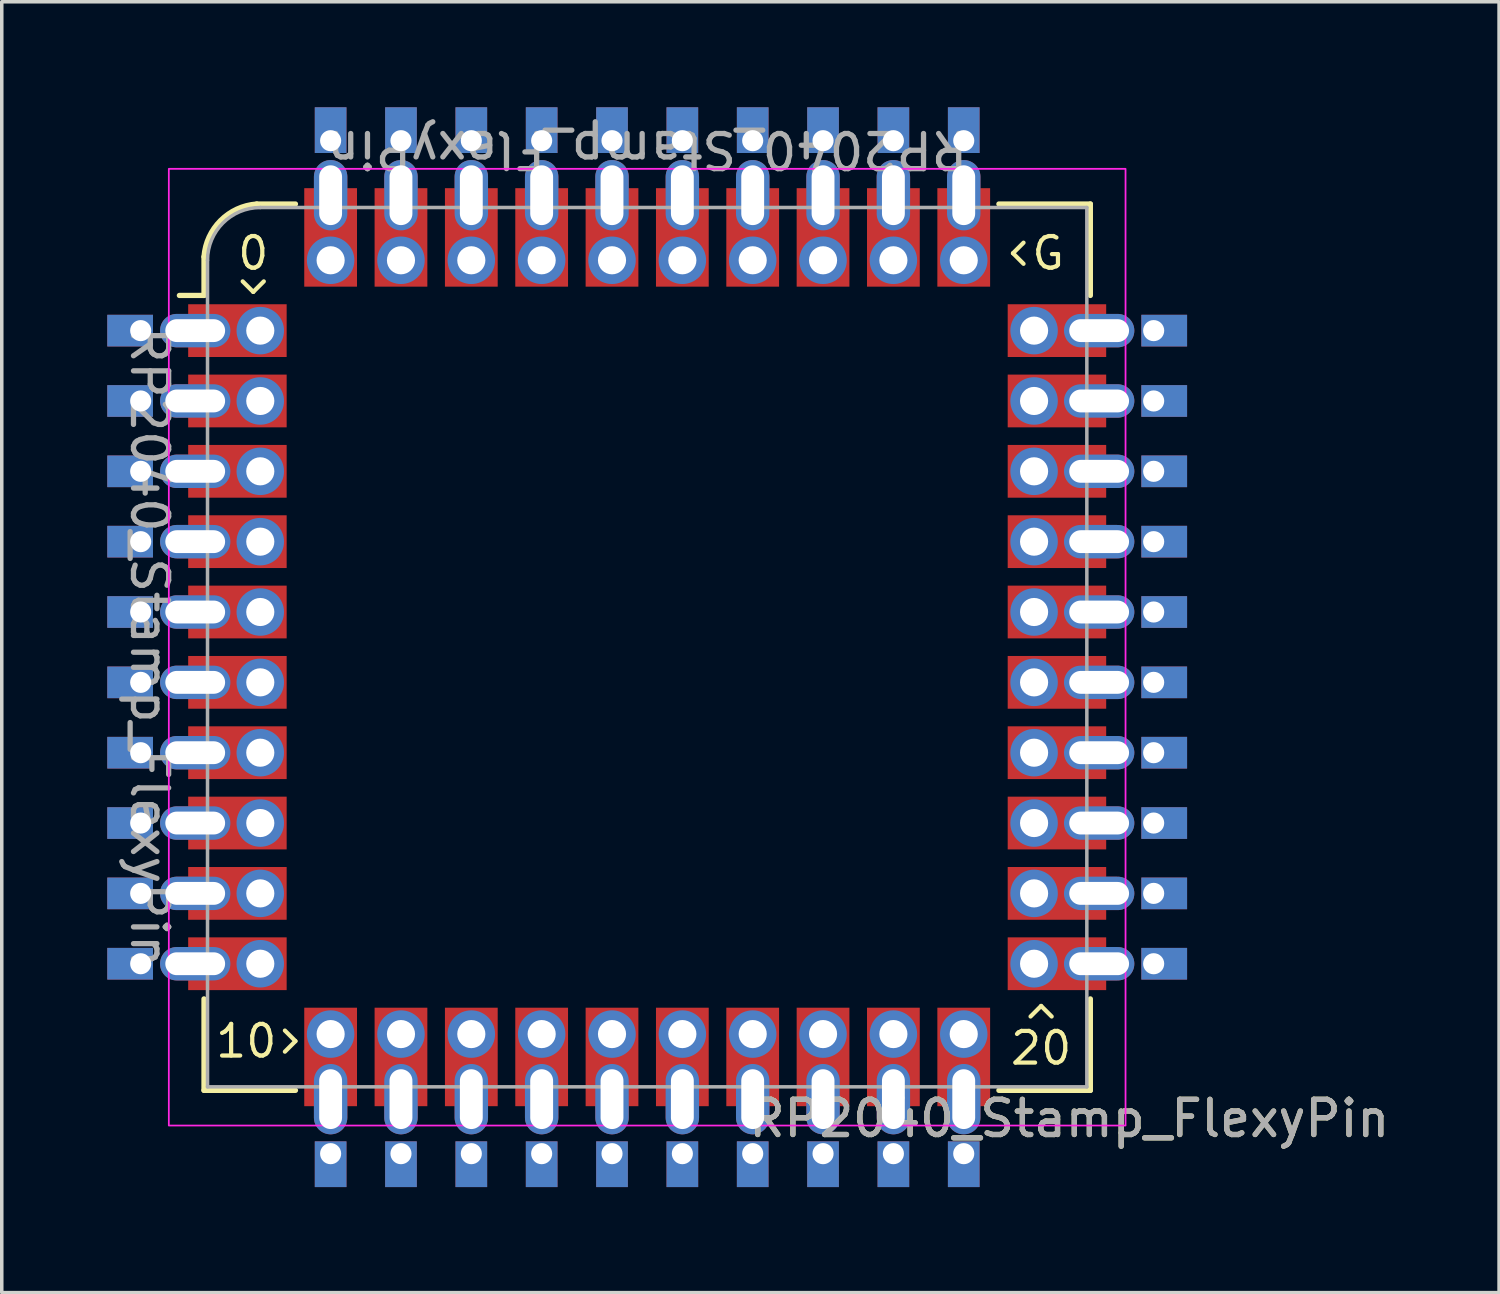
<source format=kicad_pcb>
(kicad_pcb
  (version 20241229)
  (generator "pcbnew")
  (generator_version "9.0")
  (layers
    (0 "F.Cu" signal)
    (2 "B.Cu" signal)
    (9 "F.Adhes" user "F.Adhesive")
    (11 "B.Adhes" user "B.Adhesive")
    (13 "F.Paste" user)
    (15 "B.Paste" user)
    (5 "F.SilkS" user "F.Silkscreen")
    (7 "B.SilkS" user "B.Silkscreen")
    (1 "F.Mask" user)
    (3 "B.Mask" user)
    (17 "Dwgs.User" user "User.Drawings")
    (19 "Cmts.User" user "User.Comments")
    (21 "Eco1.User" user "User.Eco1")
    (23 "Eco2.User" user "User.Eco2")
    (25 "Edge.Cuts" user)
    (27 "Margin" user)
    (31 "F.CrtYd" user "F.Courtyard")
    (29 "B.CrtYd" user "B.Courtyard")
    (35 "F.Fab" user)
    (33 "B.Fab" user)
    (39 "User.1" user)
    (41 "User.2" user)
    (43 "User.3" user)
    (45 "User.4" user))
  (footprint "RP2040_Stamp_FlexyPin"
    (layer "F.Cu")
    (at 15.35 15.35)
    (property "Reference" "RP2040_Stamp_FlexyPin" (at 12 13.4 0) (unlocked yes) (layer "F.SilkS") (effects (font (size 1 1) (thickness 0.15))))
    (property "Value" "RP2040_Stamp_FlexyPin" (at 0 14.15 0) (unlocked yes) (layer "F.Fab") (hide yes) (effects (font (size 1 1) (thickness 0.15))))
    (attr through_hole)
    (fp_line (start -12.6 -10) (end -13.3 -10) (stroke (width 0.15) (type solid)) (layer "F.SilkS"))
    (fp_line (start -12.6 -10) (end -12.6 -11.1) (stroke (width 0.15) (type solid)) (layer "F.SilkS"))
    (fp_line (start -12.6 12.6) (end -12.6 10) (stroke (width 0.15) (type solid)) (layer "F.SilkS"))
    (fp_line (start -11.5 -10.4) (end -11.2 -10.1) (stroke (width 0.12) (type solid)) (layer "F.SilkS"))
    (fp_line (start -11.2 -10.1) (end -10.9 -10.4) (stroke (width 0.12) (type solid)) (layer "F.SilkS"))
    (fp_line (start -11.1 -12.6) (end -10 -12.6) (stroke (width 0.15) (type solid)) (layer "F.SilkS"))
    (fp_line (start -10.3 11.5) (end -10 11.2) (stroke (width 0.12) (type solid)) (layer "F.SilkS"))
    (fp_line (start -10 11.2) (end -10.3 10.9) (stroke (width 0.12) (type solid)) (layer "F.SilkS"))
    (fp_line (start -10 12.6) (end -12.6 12.6) (stroke (width 0.15) (type solid)) (layer "F.SilkS"))
    (fp_line (start 10 -12.6) (end 12.6 -12.6) (stroke (width 0.15) (type solid)) (layer "F.SilkS"))
    (fp_line (start 10.4 -11.2) (end 10.7 -10.9) (stroke (width 0.12) (type solid)) (layer "F.SilkS"))
    (fp_line (start 10.7 -11.5) (end 10.4 -11.2) (stroke (width 0.12) (type solid)) (layer "F.SilkS"))
    (fp_line (start 11.2 10.2) (end 10.9 10.5) (stroke (width 0.12) (type solid)) (layer "F.SilkS"))
    (fp_line (start 11.5 10.5) (end 11.2 10.2) (stroke (width 0.12) (type solid)) (layer "F.SilkS"))
    (fp_line (start 12.6 -12.6) (end 12.6 -10) (stroke (width 0.15) (type solid)) (layer "F.SilkS"))
    (fp_line (start 12.6 10) (end 12.6 12.6) (stroke (width 0.15) (type solid)) (layer "F.SilkS"))
    (fp_line (start 12.6 12.6) (end 10 12.6) (stroke (width 0.15) (type solid)) (layer "F.SilkS"))
    (fp_arc (start -12.6 -11.1) (mid -12.129432 -12.129432) (end -11.1 -12.6) (stroke (width 0.15) (type solid)) (layer "F.SilkS"))
    (fp_rect (start -13.6 -13.6) (end 13.6 13.6) (stroke (width 0.05) (type solid)) (fill no) (layer "F.CrtYd"))
    (fp_line (start -12.5 12.5) (end -12.5 -11) (stroke (width 0.1) (type solid)) (layer "F.Fab"))
    (fp_line (start -11 -12.5) (end 12.5 -12.5) (stroke (width 0.1) (type solid)) (layer "F.Fab"))
    (fp_line (start 12.5 -12.5) (end 12.5 12.5) (stroke (width 0.1) (type solid)) (layer "F.Fab"))
    (fp_line (start 12.5 12.5) (end -12.5 12.5) (stroke (width 0.1) (type solid)) (layer "F.Fab"))
    (fp_arc (start -12.500003 -11.000003) (mid -12.060661 -12.060662) (end -11 -12.5) (stroke (width 0.1) (type solid)) (layer "F.Fab"))
    (fp_text user "0" (at -11.2 -11.2 0) (unlocked yes) (layer "F.SilkS") (effects (font (size 0.9 0.9) (thickness 0.12))))
    (fp_text user "10" (at -11.4 11.2 0) (unlocked yes) (layer "F.SilkS") (effects (font (size 0.9 0.9) (thickness 0.12))))
    (fp_text user "20" (at 11.2 11.4 0) (unlocked yes) (layer "F.SilkS") (effects (font (size 0.9 0.9) (thickness 0.12))))
    (fp_text user "G" (at 11.4 -11.2 0) (unlocked yes) (layer "F.SilkS") (effects (font (size 0.9 0.9) (thickness 0.12))))
    (fp_text user "${VALUE}" (at -14.15 0 270) (unlocked yes) (layer "F.Fab") (effects (font (size 1 1) (thickness 0.15))))
    (fp_text user "${REFERENCE}" (at 12 13.4 0) (unlocked yes) (layer "F.Fab") (effects (font (size 1 1) (thickness 0.15))))
    (fp_text user "${VALUE}" (at 0 -14.15 180) (unlocked yes) (layer "F.Fab") (effects (font (size 1 1) (thickness 0.15))))
    (pad "1" thru_hole rect (at -14.4 -9) (size 1.3 0.9) (drill 0.6 (offset -0.3 0)) (layers "*.Cu" "*.Mask"))
    (pad "1" thru_hole oval (at -12.85 -9 180) (size 2 0.95) (drill oval 1.7 0.65) (layers "*.Cu" "*.Mask"))
    (pad "1" smd rect (at -11.65 -9) (size 2.8 1.5) (layers "F.Cu" "F.Mask" "F.Paste"))
    (pad "1" thru_hole circle (at -11 -9) (size 1.35 1.35) (drill 0.8) (layers "*.Cu" "*.Mask"))
    (pad "2" thru_hole rect (at -14.4 -7) (size 1.3 0.9) (drill 0.6 (offset -0.3 0)) (layers "*.Cu" "*.Mask"))
    (pad "2" thru_hole oval (at -12.85 -7 180) (size 2 0.95) (drill oval 1.7 0.65) (layers "*.Cu" "*.Mask"))
    (pad "2" smd rect (at -11.65 -7) (size 2.8 1.5) (layers "F.Cu" "F.Mask" "F.Paste"))
    (pad "2" thru_hole oval (at -11 -7) (size 1.35 1.35) (drill 0.8) (layers "*.Cu" "*.Mask"))
    (pad "3" thru_hole rect (at -14.4 -5) (size 1.3 0.9) (drill 0.6 (offset -0.3 0)) (layers "*.Cu" "*.Mask"))
    (pad "3" thru_hole oval (at -12.85 -5 180) (size 2 0.95) (drill oval 1.7 0.65) (layers "*.Cu" "*.Mask"))
    (pad "3" smd rect (at -11.65 -5) (size 2.8 1.5) (layers "F.Cu" "F.Mask" "F.Paste"))
    (pad "3" thru_hole oval (at -11 -5) (size 1.35 1.35) (drill 0.8) (layers "*.Cu" "*.Mask"))
    (pad "4" thru_hole rect (at -14.4 -3) (size 1.3 0.9) (drill 0.6 (offset -0.3 0)) (layers "*.Cu" "*.Mask"))
    (pad "4" thru_hole oval (at -12.85 -3 180) (size 2 0.95) (drill oval 1.7 0.65) (layers "*.Cu" "*.Mask"))
    (pad "4" smd rect (at -11.65 -3) (size 2.8 1.5) (layers "F.Cu" "F.Mask" "F.Paste"))
    (pad "4" thru_hole oval (at -11 -3) (size 1.35 1.35) (drill 0.8) (layers "*.Cu" "*.Mask"))
    (pad "5" thru_hole rect (at -14.4 -1) (size 1.3 0.9) (drill 0.6 (offset -0.3 0)) (layers "*.Cu" "*.Mask"))
    (pad "5" thru_hole oval (at -12.85 -1 180) (size 2 0.95) (drill oval 1.7 0.65) (layers "*.Cu" "*.Mask"))
    (pad "5" smd rect (at -11.65 -1) (size 2.8 1.5) (layers "F.Cu" "F.Mask" "F.Paste"))
    (pad "5" thru_hole oval (at -11 -1) (size 1.35 1.35) (drill 0.8) (layers "*.Cu" "*.Mask"))
    (pad "6" thru_hole rect (at -14.4 1) (size 1.3 0.9) (drill 0.6 (offset -0.3 0)) (layers "*.Cu" "*.Mask"))
    (pad "6" thru_hole oval (at -12.85 1 180) (size 2 0.95) (drill oval 1.7 0.65) (layers "*.Cu" "*.Mask"))
    (pad "6" smd rect (at -11.65 1) (size 2.8 1.5) (layers "F.Cu" "F.Mask" "F.Paste"))
    (pad "6" thru_hole oval (at -11 1) (size 1.35 1.35) (drill 0.8) (layers "*.Cu" "*.Mask"))
    (pad "7" thru_hole rect (at -14.4 3) (size 1.3 0.9) (drill 0.6 (offset -0.3 0)) (layers "*.Cu" "*.Mask"))
    (pad "7" thru_hole oval (at -12.85 3 180) (size 2 0.95) (drill oval 1.7 0.65) (layers "*.Cu" "*.Mask"))
    (pad "7" smd rect (at -11.65 3) (size 2.8 1.5) (layers "F.Cu" "F.Mask" "F.Paste"))
    (pad "7" thru_hole oval (at -11 3) (size 1.35 1.35) (drill 0.8) (layers "*.Cu" "*.Mask"))
    (pad "8" thru_hole rect (at -14.4 5) (size 1.3 0.9) (drill 0.6 (offset -0.3 0)) (layers "*.Cu" "*.Mask"))
    (pad "8" thru_hole oval (at -12.85 5 180) (size 2 0.95) (drill oval 1.7 0.65) (layers "*.Cu" "*.Mask"))
    (pad "8" smd rect (at -11.65 5) (size 2.8 1.5) (layers "F.Cu" "F.Mask" "F.Paste"))
    (pad "8" thru_hole oval (at -11 5) (size 1.35 1.35) (drill 0.8) (layers "*.Cu" "*.Mask"))
    (pad "9" thru_hole rect (at -14.4 7) (size 1.3 0.9) (drill 0.6 (offset -0.3 0)) (layers "*.Cu" "*.Mask"))
    (pad "9" thru_hole oval (at -12.85 7 180) (size 2 0.95) (drill oval 1.7 0.65) (layers "*.Cu" "*.Mask"))
    (pad "9" smd rect (at -11.65 7) (size 2.8 1.5) (layers "F.Cu" "F.Mask" "F.Paste"))
    (pad "9" thru_hole oval (at -11 7) (size 1.35 1.35) (drill 0.8) (layers "*.Cu" "*.Mask"))
    (pad "10" thru_hole rect (at -14.4 9) (size 1.3 0.9) (drill 0.6 (offset -0.3 0)) (layers "*.Cu" "*.Mask"))
    (pad "10" thru_hole oval (at -12.85 9 180) (size 2 0.95) (drill oval 1.7 0.65) (layers "*.Cu" "*.Mask"))
    (pad "10" smd rect (at -11.65 9) (size 2.8 1.5) (layers "F.Cu" "F.Mask" "F.Paste"))
    (pad "10" thru_hole oval (at -11 9) (size 1.35 1.35) (drill 0.8) (layers "*.Cu" "*.Mask"))
    (pad "11" thru_hole oval (at -9 11) (size 1.35 1.35) (drill 0.8) (layers "*.Cu" "*.Mask"))
    (pad "11" smd rect (at -9 11.65 270) (size 2.8 1.5) (layers "F.Cu" "F.Mask" "F.Paste"))
    (pad "11" thru_hole oval (at -9 12.85 270) (size 2 0.95) (drill oval 1.7 0.65) (layers "*.Cu" "*.Mask"))
    (pad "11" thru_hole rect (at -9 14.4 90) (size 1.3 0.9) (drill 0.6 (offset -0.3 0)) (layers "*.Cu" "*.Mask"))
    (pad "12" thru_hole oval (at -7 11) (size 1.35 1.35) (drill 0.8) (layers "*.Cu" "*.Mask"))
    (pad "12" smd rect (at -7 11.65 270) (size 2.8 1.5) (layers "F.Cu" "F.Mask" "F.Paste"))
    (pad "12" thru_hole oval (at -7 12.85 270) (size 2 0.95) (drill oval 1.7 0.65) (layers "*.Cu" "*.Mask"))
    (pad "12" thru_hole rect (at -7 14.4 90) (size 1.3 0.9) (drill 0.6 (offset -0.3 0)) (layers "*.Cu" "*.Mask"))
    (pad "13" thru_hole oval (at -5 11) (size 1.35 1.35) (drill 0.8) (layers "*.Cu" "*.Mask"))
    (pad "13" smd rect (at -5 11.65 270) (size 2.8 1.5) (layers "F.Cu" "F.Mask" "F.Paste"))
    (pad "13" thru_hole oval (at -5 12.85 270) (size 2 0.95) (drill oval 1.7 0.65) (layers "*.Cu" "*.Mask"))
    (pad "13" thru_hole rect (at -5 14.4 90) (size 1.3 0.9) (drill 0.6 (offset -0.3 0)) (layers "*.Cu" "*.Mask"))
    (pad "14" thru_hole oval (at -3 11) (size 1.35 1.35) (drill 0.8) (layers "*.Cu" "*.Mask"))
    (pad "14" smd rect (at -3 11.65 270) (size 2.8 1.5) (layers "F.Cu" "F.Mask" "F.Paste"))
    (pad "14" thru_hole oval (at -3 12.85 270) (size 2 0.95) (drill oval 1.7 0.65) (layers "*.Cu" "*.Mask"))
    (pad "14" thru_hole rect (at -3 14.4 90) (size 1.3 0.9) (drill 0.6 (offset -0.3 0)) (layers "*.Cu" "*.Mask"))
    (pad "15" thru_hole oval (at -1 11) (size 1.35 1.35) (drill 0.8) (layers "*.Cu" "*.Mask"))
    (pad "15" smd rect (at -1 11.65 270) (size 2.8 1.5) (layers "F.Cu" "F.Mask" "F.Paste"))
    (pad "15" thru_hole oval (at -1 12.85 270) (size 2 0.95) (drill oval 1.7 0.65) (layers "*.Cu" "*.Mask"))
    (pad "15" thru_hole rect (at -1 14.4 90) (size 1.3 0.9) (drill 0.6 (offset -0.3 0)) (layers "*.Cu" "*.Mask"))
    (pad "16" thru_hole oval (at 1 11) (size 1.35 1.35) (drill 0.8) (layers "*.Cu" "*.Mask"))
    (pad "16" smd rect (at 1 11.65 270) (size 2.8 1.5) (layers "F.Cu" "F.Mask" "F.Paste"))
    (pad "16" thru_hole oval (at 1 12.85 270) (size 2 0.95) (drill oval 1.7 0.65) (layers "*.Cu" "*.Mask"))
    (pad "16" thru_hole rect (at 1 14.4 90) (size 1.3 0.9) (drill 0.6 (offset -0.3 0)) (layers "*.Cu" "*.Mask"))
    (pad "17" thru_hole oval (at 3 11) (size 1.35 1.35) (drill 0.8) (layers "*.Cu" "*.Mask"))
    (pad "17" smd rect (at 3 11.65 270) (size 2.8 1.5) (layers "F.Cu" "F.Mask" "F.Paste"))
    (pad "17" thru_hole oval (at 3 12.85 270) (size 2 0.95) (drill oval 1.7 0.65) (layers "*.Cu" "*.Mask"))
    (pad "17" thru_hole rect (at 3 14.4 90) (size 1.3 0.9) (drill 0.6 (offset -0.3 0)) (layers "*.Cu" "*.Mask"))
    (pad "18" thru_hole oval (at 5 11) (size 1.35 1.35) (drill 0.8) (layers "*.Cu" "*.Mask"))
    (pad "18" smd rect (at 5 11.65 270) (size 2.8 1.5) (layers "F.Cu" "F.Mask" "F.Paste"))
    (pad "18" thru_hole oval (at 5 12.85 270) (size 2 0.95) (drill oval 1.7 0.65) (layers "*.Cu" "*.Mask"))
    (pad "18" thru_hole rect (at 5 14.4 90) (size 1.3 0.9) (drill 0.6 (offset -0.3 0)) (layers "*.Cu" "*.Mask"))
    (pad "19" thru_hole oval (at 7 11) (size 1.35 1.35) (drill 0.8) (layers "*.Cu" "*.Mask"))
    (pad "19" smd rect (at 7 11.65 270) (size 2.8 1.5) (layers "F.Cu" "F.Mask" "F.Paste"))
    (pad "19" thru_hole oval (at 7 12.85 270) (size 2 0.95) (drill oval 1.7 0.65) (layers "*.Cu" "*.Mask"))
    (pad "19" thru_hole rect (at 7 14.4 90) (size 1.3 0.9) (drill 0.6 (offset -0.3 0)) (layers "*.Cu" "*.Mask"))
    (pad "20" thru_hole oval (at 9 11) (size 1.35 1.35) (drill 0.8) (layers "*.Cu" "*.Mask"))
    (pad "20" smd rect (at 9 11.65 270) (size 2.8 1.5) (layers "F.Cu" "F.Mask" "F.Paste"))
    (pad "20" thru_hole oval (at 9 12.85 270) (size 2 0.95) (drill oval 1.7 0.65) (layers "*.Cu" "*.Mask"))
    (pad "20" thru_hole rect (at 9 14.4 90) (size 1.3 0.9) (drill 0.6 (offset -0.3 0)) (layers "*.Cu" "*.Mask"))
    (pad "21" thru_hole oval (at 11 9) (size 1.35 1.35) (drill 0.8) (layers "*.Cu" "*.Mask"))
    (pad "21" smd rect (at 11.65 9) (size 2.8 1.5) (layers "F.Cu" "F.Mask" "F.Paste"))
    (pad "21" thru_hole oval (at 12.85 9) (size 2 0.95) (drill oval 1.7 0.65) (layers "*.Cu" "*.Mask"))
    (pad "21" thru_hole rect (at 14.4 9 180) (size 1.3 0.9) (drill 0.6 (offset -0.3 0)) (layers "*.Cu" "*.Mask"))
    (pad "22" thru_hole oval (at 11 7) (size 1.35 1.35) (drill 0.8) (layers "*.Cu" "*.Mask"))
    (pad "22" smd rect (at 11.65 7) (size 2.8 1.5) (layers "F.Cu" "F.Mask" "F.Paste"))
    (pad "22" thru_hole oval (at 12.85 7) (size 2 0.95) (drill oval 1.7 0.65) (layers "*.Cu" "*.Mask"))
    (pad "22" thru_hole rect (at 14.4 7 180) (size 1.3 0.9) (drill 0.6 (offset -0.3 0)) (layers "*.Cu" "*.Mask"))
    (pad "23" thru_hole oval (at 11 5) (size 1.35 1.35) (drill 0.8) (layers "*.Cu" "*.Mask"))
    (pad "23" smd rect (at 11.65 5) (size 2.8 1.5) (layers "F.Cu" "F.Mask" "F.Paste"))
    (pad "23" thru_hole oval (at 12.85 5) (size 2 0.95) (drill oval 1.7 0.65) (layers "*.Cu" "*.Mask"))
    (pad "23" thru_hole rect (at 14.4 5 180) (size 1.3 0.9) (drill 0.6 (offset -0.3 0)) (layers "*.Cu" "*.Mask"))
    (pad "24" thru_hole oval (at 11 3) (size 1.35 1.35) (drill 0.8) (layers "*.Cu" "*.Mask"))
    (pad "24" smd rect (at 11.65 3) (size 2.8 1.5) (layers "F.Cu" "F.Mask" "F.Paste"))
    (pad "24" thru_hole oval (at 12.85 3) (size 2 0.95) (drill oval 1.7 0.65) (layers "*.Cu" "*.Mask"))
    (pad "24" thru_hole rect (at 14.4 3 180) (size 1.3 0.9) (drill 0.6 (offset -0.3 0)) (layers "*.Cu" "*.Mask"))
    (pad "25" thru_hole oval (at 11 1) (size 1.35 1.35) (drill 0.8) (layers "*.Cu" "*.Mask"))
    (pad "25" smd rect (at 11.65 1) (size 2.8 1.5) (layers "F.Cu" "F.Mask" "F.Paste"))
    (pad "25" thru_hole oval (at 12.85 1) (size 2 0.95) (drill oval 1.7 0.65) (layers "*.Cu" "*.Mask"))
    (pad "25" thru_hole rect (at 14.4 1 180) (size 1.3 0.9) (drill 0.6 (offset -0.3 0)) (layers "*.Cu" "*.Mask"))
    (pad "26" thru_hole oval (at 11 -1) (size 1.35 1.35) (drill 0.8) (layers "*.Cu" "*.Mask"))
    (pad "26" smd rect (at 11.65 -1) (size 2.8 1.5) (layers "F.Cu" "F.Mask" "F.Paste"))
    (pad "26" thru_hole oval (at 12.85 -1) (size 2 0.95) (drill oval 1.7 0.65) (layers "*.Cu" "*.Mask"))
    (pad "26" thru_hole rect (at 14.4 -1 180) (size 1.3 0.9) (drill 0.6 (offset -0.3 0)) (layers "*.Cu" "*.Mask"))
    (pad "27" thru_hole oval (at 11 -3) (size 1.35 1.35) (drill 0.8) (layers "*.Cu" "*.Mask"))
    (pad "27" smd rect (at 11.65 -3) (size 2.8 1.5) (layers "F.Cu" "F.Mask" "F.Paste"))
    (pad "27" thru_hole oval (at 12.85 -3) (size 2 0.95) (drill oval 1.7 0.65) (layers "*.Cu" "*.Mask"))
    (pad "27" thru_hole rect (at 14.4 -3 180) (size 1.3 0.9) (drill 0.6 (offset -0.3 0)) (layers "*.Cu" "*.Mask"))
    (pad "28" thru_hole oval (at 11 -5) (size 1.35 1.35) (drill 0.8) (layers "*.Cu" "*.Mask"))
    (pad "28" smd rect (at 11.65 -5) (size 2.8 1.5) (layers "F.Cu" "F.Mask" "F.Paste"))
    (pad "28" thru_hole oval (at 12.85 -5) (size 2 0.95) (drill oval 1.7 0.65) (layers "*.Cu" "*.Mask"))
    (pad "28" thru_hole rect (at 14.4 -5 180) (size 1.3 0.9) (drill 0.6 (offset -0.3 0)) (layers "*.Cu" "*.Mask"))
    (pad "29" thru_hole oval (at 11 -7) (size 1.35 1.35) (drill 0.8) (layers "*.Cu" "*.Mask"))
    (pad "29" smd rect (at 11.65 -7) (size 2.8 1.5) (layers "F.Cu" "F.Mask" "F.Paste"))
    (pad "29" thru_hole oval (at 12.85 -7) (size 2 0.95) (drill oval 1.7 0.65) (layers "*.Cu" "*.Mask"))
    (pad "29" thru_hole rect (at 14.4 -7 180) (size 1.3 0.9) (drill 0.6 (offset -0.3 0)) (layers "*.Cu" "*.Mask"))
    (pad "30" thru_hole oval (at 11 -9) (size 1.35 1.35) (drill 0.8) (layers "*.Cu" "*.Mask"))
    (pad "30" smd rect (at 11.65 -9) (size 2.8 1.5) (layers "F.Cu" "F.Mask" "F.Paste"))
    (pad "30" thru_hole oval (at 12.85 -9) (size 2 0.95) (drill oval 1.7 0.65) (layers "*.Cu" "*.Mask"))
    (pad "30" thru_hole rect (at 14.4 -9 180) (size 1.3 0.9) (drill 0.6 (offset -0.3 0)) (layers "*.Cu" "*.Mask"))
    (pad "31" thru_hole rect (at 9 -14.4 270) (size 1.3 0.9) (drill 0.6 (offset -0.3 0)) (layers "*.Cu" "*.Mask"))
    (pad "31" thru_hole oval (at 9 -12.85 90) (size 2 0.95) (drill oval 1.7 0.65) (layers "*.Cu" "*.Mask"))
    (pad "31" smd rect (at 9 -11.65 270) (size 2.8 1.5) (layers "F.Cu" "F.Mask" "F.Paste"))
    (pad "31" thru_hole oval (at 9 -11) (size 1.35 1.35) (drill 0.8) (layers "*.Cu" "*.Mask"))
    (pad "32" thru_hole rect (at 7 -14.4 270) (size 1.3 0.9) (drill 0.6 (offset -0.3 0)) (layers "*.Cu" "*.Mask"))
    (pad "32" thru_hole oval (at 7 -12.85 90) (size 2 0.95) (drill oval 1.7 0.65) (layers "*.Cu" "*.Mask"))
    (pad "32" smd rect (at 7 -11.65 270) (size 2.8 1.5) (layers "F.Cu" "F.Mask" "F.Paste"))
    (pad "32" thru_hole oval (at 7 -11) (size 1.35 1.35) (drill 0.8) (layers "*.Cu" "*.Mask"))
    (pad "33" thru_hole rect (at 5 -14.4 270) (size 1.3 0.9) (drill 0.6 (offset -0.3 0)) (layers "*.Cu" "*.Mask"))
    (pad "33" thru_hole oval (at 5 -12.85 90) (size 2 0.95) (drill oval 1.7 0.65) (layers "*.Cu" "*.Mask"))
    (pad "33" smd rect (at 5 -11.65 270) (size 2.8 1.5) (layers "F.Cu" "F.Mask" "F.Paste"))
    (pad "33" thru_hole oval (at 5 -11) (size 1.35 1.35) (drill 0.8) (layers "*.Cu" "*.Mask"))
    (pad "34" thru_hole rect (at 3 -14.4 270) (size 1.3 0.9) (drill 0.6 (offset -0.3 0)) (layers "*.Cu" "*.Mask"))
    (pad "34" thru_hole oval (at 3 -12.85 90) (size 2 0.95) (drill oval 1.7 0.65) (layers "*.Cu" "*.Mask"))
    (pad "34" smd rect (at 3 -11.65 270) (size 2.8 1.5) (layers "F.Cu" "F.Mask" "F.Paste"))
    (pad "34" thru_hole oval (at 3 -11) (size 1.35 1.35) (drill 0.8) (layers "*.Cu" "*.Mask"))
    (pad "35" thru_hole rect (at 1 -14.4 270) (size 1.3 0.9) (drill 0.6 (offset -0.3 0)) (layers "*.Cu" "*.Mask"))
    (pad "35" thru_hole oval (at 1 -12.85 90) (size 2 0.95) (drill oval 1.7 0.65) (layers "*.Cu" "*.Mask"))
    (pad "35" smd rect (at 1 -11.65 270) (size 2.8 1.5) (layers "F.Cu" "F.Mask" "F.Paste"))
    (pad "35" thru_hole oval (at 1 -11) (size 1.35 1.35) (drill 0.8) (layers "*.Cu" "*.Mask"))
    (pad "36" thru_hole rect (at -1 -14.4 270) (size 1.3 0.9) (drill 0.6 (offset -0.3 0)) (layers "*.Cu" "*.Mask"))
    (pad "36" thru_hole oval (at -1 -12.85 90) (size 2 0.95) (drill oval 1.7 0.65) (layers "*.Cu" "*.Mask"))
    (pad "36" smd rect (at -1 -11.65 270) (size 2.8 1.5) (layers "F.Cu" "F.Mask" "F.Paste"))
    (pad "36" thru_hole oval (at -1 -11) (size 1.35 1.35) (drill 0.8) (layers "*.Cu" "*.Mask"))
    (pad "37" thru_hole rect (at -3 -14.4 270) (size 1.3 0.9) (drill 0.6 (offset -0.3 0)) (layers "*.Cu" "*.Mask"))
    (pad "37" thru_hole oval (at -3 -12.85 90) (size 2 0.95) (drill oval 1.7 0.65) (layers "*.Cu" "*.Mask"))
    (pad "37" smd rect (at -3 -11.65 270) (size 2.8 1.5) (layers "F.Cu" "F.Mask" "F.Paste"))
    (pad "37" thru_hole oval (at -3 -11) (size 1.35 1.35) (drill 0.8) (layers "*.Cu" "*.Mask"))
    (pad "38" thru_hole rect (at -5 -14.4 270) (size 1.3 0.9) (drill 0.6 (offset -0.3 0)) (layers "*.Cu" "*.Mask"))
    (pad "38" thru_hole oval (at -5 -12.85 90) (size 2 0.95) (drill oval 1.7 0.65) (layers "*.Cu" "*.Mask"))
    (pad "38" smd rect (at -5 -11.65 270) (size 2.8 1.5) (layers "F.Cu" "F.Mask" "F.Paste"))
    (pad "38" thru_hole oval (at -5 -11) (size 1.35 1.35) (drill 0.8) (layers "*.Cu" "*.Mask"))
    (pad "39" thru_hole rect (at -7 -14.4 270) (size 1.3 0.9) (drill 0.6 (offset -0.3 0)) (layers "*.Cu" "*.Mask"))
    (pad "39" thru_hole oval (at -7 -12.85 90) (size 2 0.95) (drill oval 1.7 0.65) (layers "*.Cu" "*.Mask"))
    (pad "39" smd rect (at -7 -11.65 270) (size 2.8 1.5) (layers "F.Cu" "F.Mask" "F.Paste"))
    (pad "39" thru_hole oval (at -7 -11) (size 1.35 1.35) (drill 0.8) (layers "*.Cu" "*.Mask"))
    (pad "40" thru_hole rect (at -9 -14.4 270) (size 1.3 0.9) (drill 0.6 (offset -0.3 0)) (layers "*.Cu" "*.Mask"))
    (pad "40" thru_hole oval (at -9 -12.85 90) (size 2 0.95) (drill oval 1.7 0.65) (layers "*.Cu" "*.Mask"))
    (pad "40" smd rect (at -9 -11.65 270) (size 2.8 1.5) (layers "F.Cu" "F.Mask" "F.Paste"))
    (pad "40" thru_hole oval (at -9 -11) (size 1.35 1.35) (drill 0.8) (layers "*.Cu" "*.Mask")))
  (gr_rect
    (start -3 -3)
    (end 39.57 33.7)
    (stroke (width 0.1) (type default))
    (fill no)
    (layer "Edge.Cuts")))
</source>
